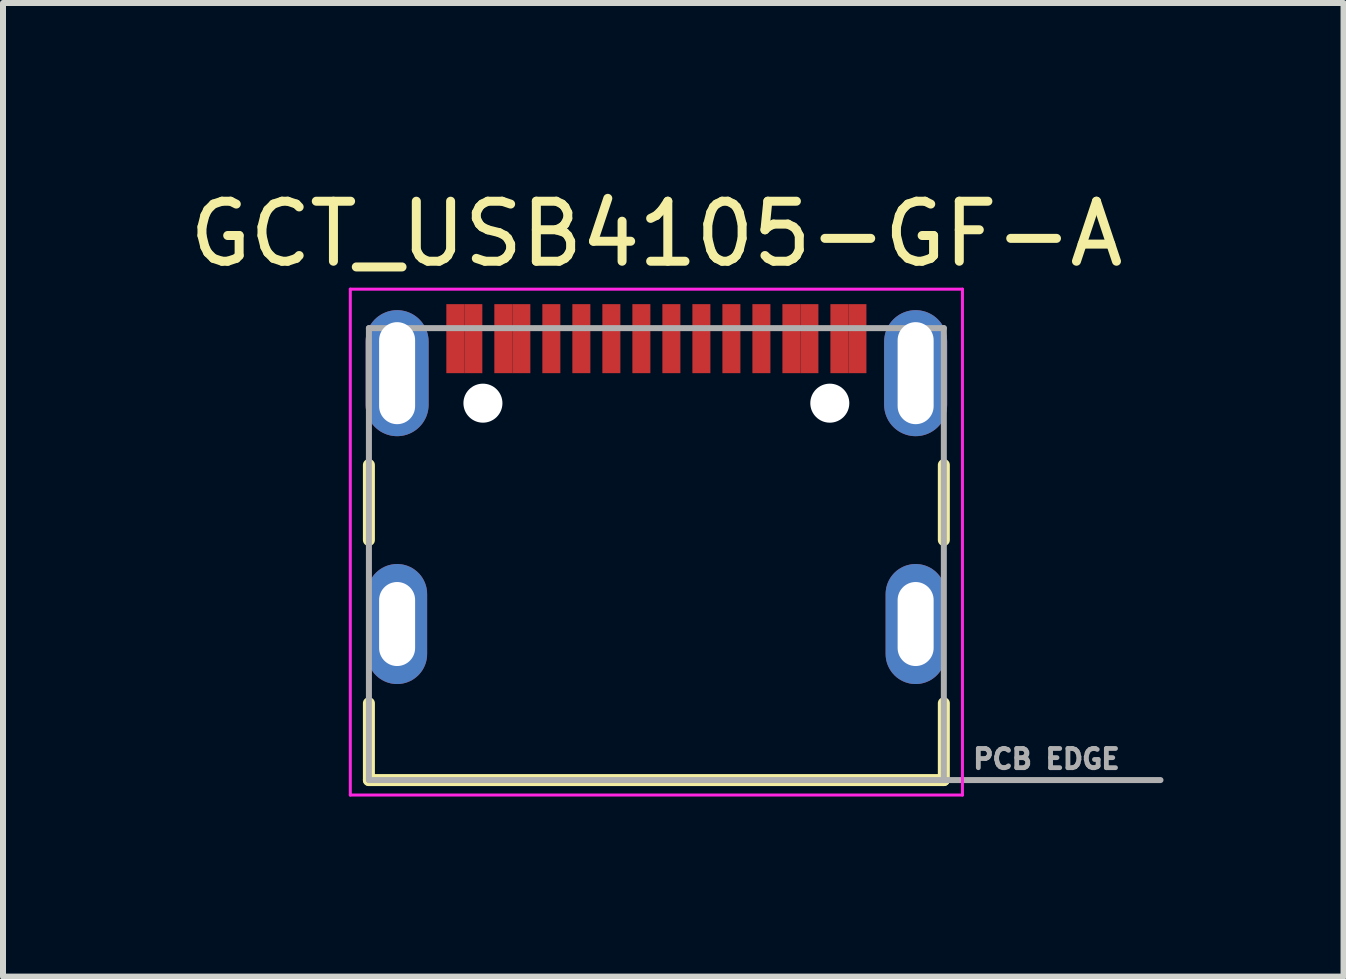
<source format=kicad_pcb>
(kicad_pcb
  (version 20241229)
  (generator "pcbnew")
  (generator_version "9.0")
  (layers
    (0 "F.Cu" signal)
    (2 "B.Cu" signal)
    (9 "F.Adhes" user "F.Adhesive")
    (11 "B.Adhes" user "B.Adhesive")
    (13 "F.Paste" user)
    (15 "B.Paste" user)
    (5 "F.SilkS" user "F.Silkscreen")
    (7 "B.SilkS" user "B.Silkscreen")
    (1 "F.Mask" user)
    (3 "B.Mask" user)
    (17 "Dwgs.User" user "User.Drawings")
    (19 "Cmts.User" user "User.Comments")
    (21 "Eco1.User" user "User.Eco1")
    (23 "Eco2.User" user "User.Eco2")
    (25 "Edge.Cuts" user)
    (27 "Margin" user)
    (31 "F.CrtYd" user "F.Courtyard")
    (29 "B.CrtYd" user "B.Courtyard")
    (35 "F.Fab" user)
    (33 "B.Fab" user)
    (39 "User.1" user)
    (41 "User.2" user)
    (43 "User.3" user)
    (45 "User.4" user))
  (footprint "GCT_USB4105-GF-A"
    (layer "F.Cu")
    (at 7.887 7.348)
    (property "Reference" "GCT_USB4105-GF-A" (at 0 -6.5 0) (layer "F.SilkS") (effects (font (size 1 1) (thickness 0.15))))
    (attr through_hole)
    (fp_line (start -4.79 -2.65) (end -4.79 -1.4) (stroke (width 0.2) (type solid)) (layer "F.SilkS"))
    (fp_line (start -4.79 1.32) (end -4.79 2.6) (stroke (width 0.2) (type solid)) (layer "F.SilkS"))
    (fp_line (start -4.79 2.6) (end 4.79 2.6) (stroke (width 0.2) (type solid)) (layer "F.SilkS"))
    (fp_line (start 4.79 -2.65) (end 4.79 -1.4) (stroke (width 0.2) (type solid)) (layer "F.SilkS"))
    (fp_line (start 4.79 2.6) (end 4.79 1.32) (stroke (width 0.2) (type solid)) (layer "F.SilkS"))
    (fp_line (start -5.1 -5.58) (end -5.1 2.85) (stroke (width 0.05) (type solid)) (layer "F.CrtYd"))
    (fp_line (start -5.1 2.85) (end 5.1 2.85) (stroke (width 0.05) (type solid)) (layer "F.CrtYd"))
    (fp_line (start 5.1 -5.58) (end -5.1 -5.58) (stroke (width 0.05) (type solid)) (layer "F.CrtYd"))
    (fp_line (start 5.1 2.85) (end 5.1 -5.58) (stroke (width 0.05) (type solid)) (layer "F.CrtYd"))
    (fp_line (start -4.79 -4.93) (end 4.79 -4.93) (stroke (width 0.1) (type solid)) (layer "F.Fab"))
    (fp_line (start -4.79 2.6) (end -4.79 -4.93) (stroke (width 0.1) (type solid)) (layer "F.Fab"))
    (fp_line (start 4.79 -4.93) (end 4.79 2.6) (stroke (width 0.1) (type solid)) (layer "F.Fab"))
    (fp_line (start 4.79 2.6) (end -4.79 2.6) (stroke (width 0.1) (type solid)) (layer "F.Fab"))
    (fp_line (start 4.8 2.6) (end 8.4 2.6) (stroke (width 0.1) (type solid)) (layer "F.Fab"))
    (fp_text user "PCB EDGE" (at 6.5 2.25 0) (layer "F.Fab") (effects (font (size 0.32 0.32) (thickness 0.08))))
    (pad "" np_thru_hole circle (at -2.89 -3.68) (size 0.65 0.65) (drill 0.65) (layers "*.Cu" "*.Mask"))
    (pad "" np_thru_hole circle (at 2.89 -3.68) (size 0.65 0.65) (drill 0.65) (layers "*.Cu" "*.Mask"))
    (pad "A1" smd rect (at -3.05 -4.755) (size 0.3 1.15) (layers "F.Cu" "F.Mask" "F.Paste"))
    (pad "A4" smd rect (at -2.25 -4.755) (size 0.3 1.15) (layers "F.Cu" "F.Mask" "F.Paste"))
    (pad "A5" smd rect (at -1.25 -4.755) (size 0.3 1.15) (layers "F.Cu" "F.Mask" "F.Paste"))
    (pad "A6" smd rect (at -0.25 -4.755) (size 0.3 1.15) (layers "F.Cu" "F.Mask" "F.Paste"))
    (pad "A7" smd rect (at 0.25 -4.755) (size 0.3 1.15) (layers "F.Cu" "F.Mask" "F.Paste"))
    (pad "A8" smd rect (at 1.25 -4.755) (size 0.3 1.15) (layers "F.Cu" "F.Mask" "F.Paste"))
    (pad "A9" smd rect (at 2.55 -4.755) (size 0.3 1.15) (layers "F.Cu" "F.Mask" "F.Paste"))
    (pad "A12" smd rect (at 3.35 -4.755) (size 0.3 1.15) (layers "F.Cu" "F.Mask" "F.Paste"))
    (pad "B1" smd rect (at 3.05 -4.755) (size 0.3 1.15) (layers "F.Cu" "F.Mask" "F.Paste"))
    (pad "B4" smd rect (at 2.25 -4.755) (size 0.3 1.15) (layers "F.Cu" "F.Mask" "F.Paste"))
    (pad "B5" smd rect (at 1.75 -4.755) (size 0.3 1.15) (layers "F.Cu" "F.Mask" "F.Paste"))
    (pad "B6" smd rect (at 0.75 -4.755) (size 0.3 1.15) (layers "F.Cu" "F.Mask" "F.Paste"))
    (pad "B7" smd rect (at -0.75 -4.755) (size 0.3 1.15) (layers "F.Cu" "F.Mask" "F.Paste"))
    (pad "B8" smd rect (at -1.75 -4.755) (size 0.3 1.15) (layers "F.Cu" "F.Mask" "F.Paste"))
    (pad "B9" smd rect (at -2.55 -4.755) (size 0.3 1.15) (layers "F.Cu" "F.Mask" "F.Paste"))
    (pad "B12" smd rect (at -3.35 -4.755) (size 0.3 1.15) (layers "F.Cu" "F.Mask" "F.Paste"))
    (pad "S1" thru_hole oval (at -4.32 -4.18) (size 1.05 2.1) (drill oval 0.6 1.7) (layers "*.Cu" "*.Mask"))
    (pad "S1" thru_hole oval (at -4.32 0) (size 1 2) (drill oval 0.6 1.4) (layers "*.Cu" "*.Mask"))
    (pad "S1" thru_hole oval (at 4.32 -4.18) (size 1.05 2.1) (drill oval 0.6 1.7) (layers "*.Cu" "*.Mask"))
    (pad "S1" thru_hole oval (at 4.32 0) (size 1 2) (drill oval 0.6 1.4) (layers "*.Cu" "*.Mask")))
  (gr_rect
    (start -3 -3)
    (end 19.337 13.223)
    (stroke (width 0.1) (type default))
    (fill no)
    (layer "Edge.Cuts")))
</source>
